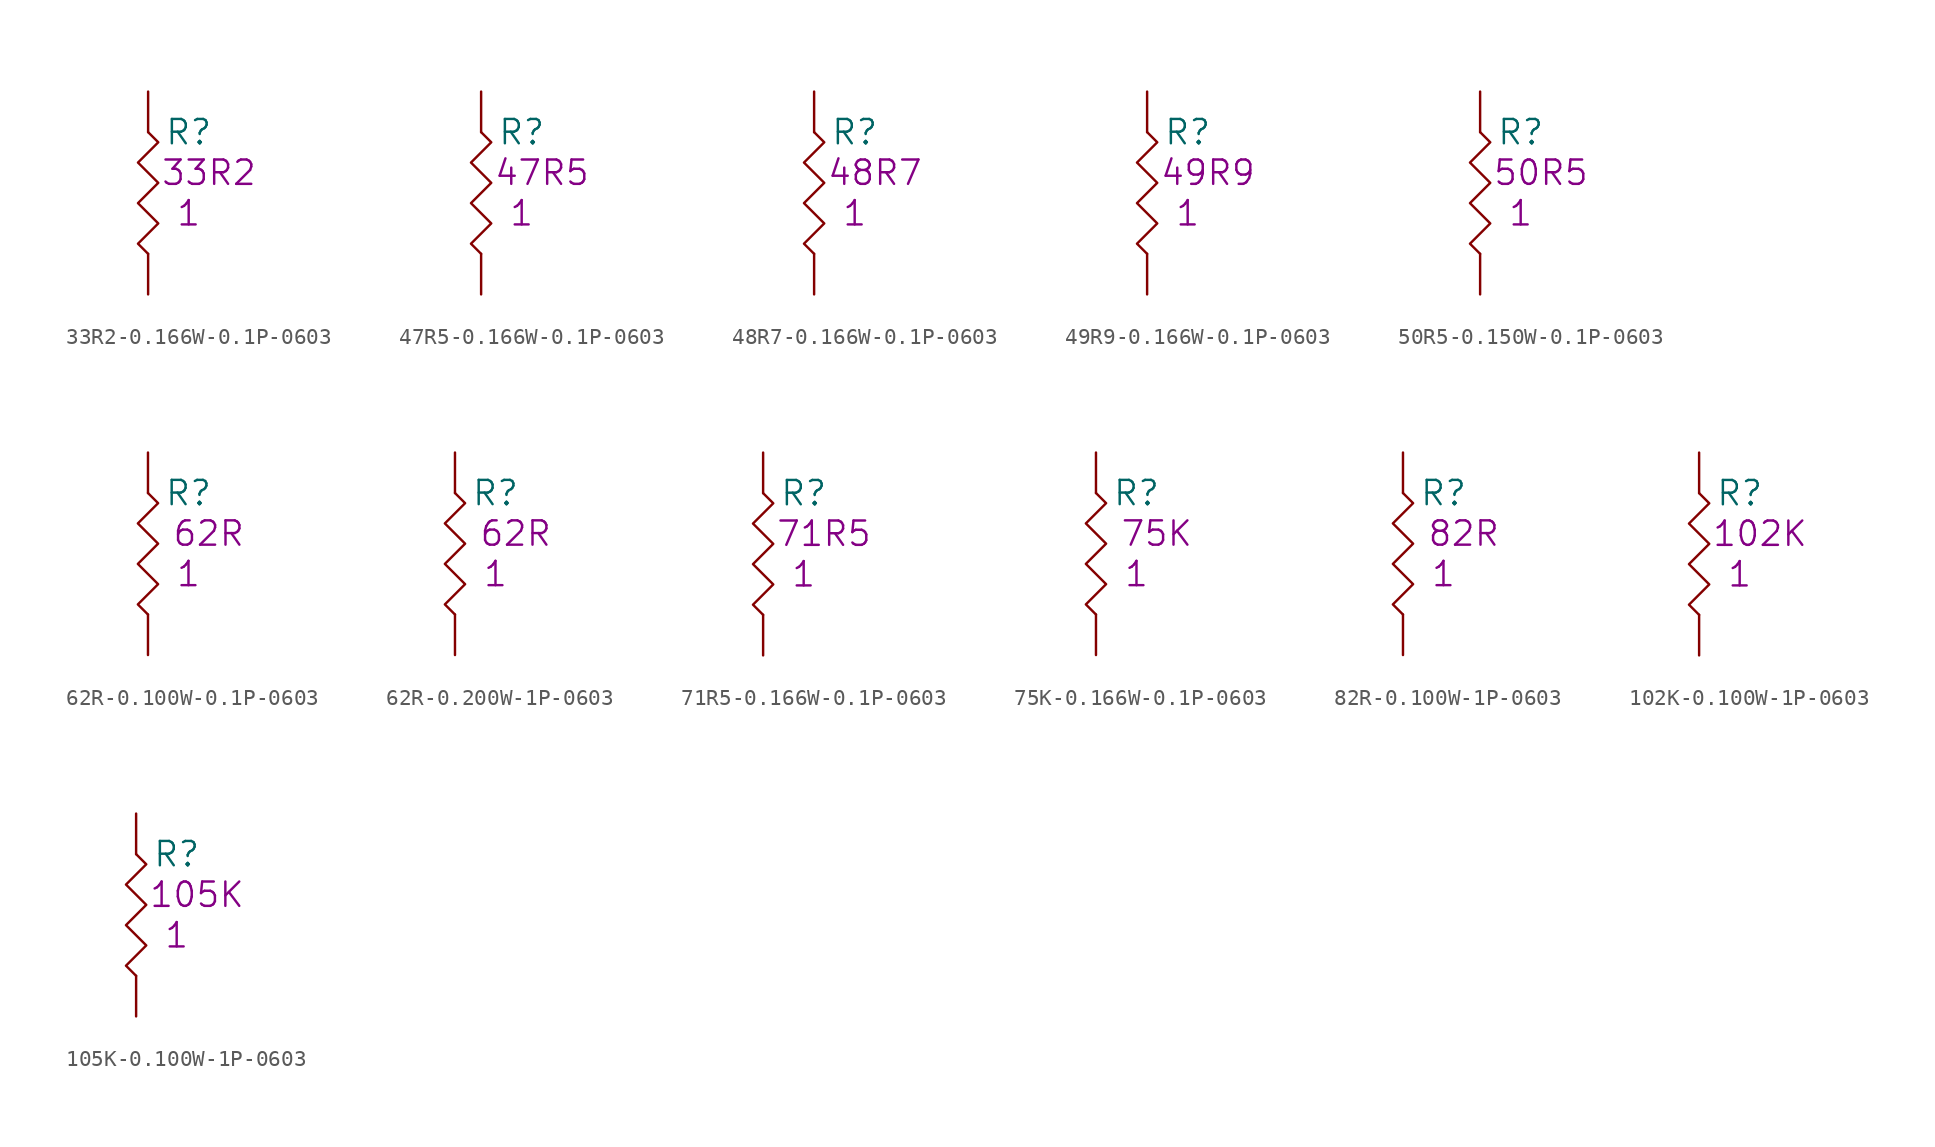
<source format=kicad_sym>
(kicad_symbol_lib
  (version 20201005)
  (generator kicad_symbol_editor)
  (symbol "S_Resistor_0603:33R2-0.166W-0.1P-0603"
    (pin_numbers hide)
    (pin_names
      (offset 1.27) hide)
    (property "Reference" "R"
      (at 2.54 -2.54 0)
      (effects (font (size 1.524 1.524))))
    (property "Datasheet" ""
      (at 0 0 0)
      (effects (font (size 1.524 1.524))))
    (property "Qty" "1"
      (at 2.54 -7.62 0)
      (effects (font (size 1.524 1.524))))
    (property "Desc1" "33R2"
      (at 3.81 -5.08 0)
      (effects (font (size 1.524 1.524))))
    (symbol "33R2-0.166W-0.1P-0603_0_1"
      (polyline (pts (xy 0 -2.54) (xy 0.635 -3.175) (xy -0.635 -4.445) (xy 0.635 -5.715) (xy -0.635 -6.985) (xy 0.635 -8.255) (xy -0.635 -9.525) (xy 0 -10.16)) (stroke (width 0)) (fill (type none))))
    (symbol "33R2-0.166W-0.1P-0603_1_1"
      (pin passive line (at 0 0 270) (length 2.54) (name "1" (effects (font (size 1.27 1.27)))) (number "1" (effects (font (size 1.27 1.27)))))
      (pin passive line (at 0 -12.7 90) (length 2.54) (name "2" (effects (font (size 1.27 1.27)))) (number "2" (effects (font (size 1.27 1.27)))))))
  (symbol "S_Resistor_0603:47R5-0.166W-0.1P-0603"
    (pin_numbers hide)
    (pin_names
      (offset 1.27) hide)
    (property "Reference" "R"
      (at 2.54 -2.54 0)
      (effects (font (size 1.524 1.524))))
    (property "Datasheet" ""
      (at 0 0 0)
      (effects (font (size 1.524 1.524))))
    (property "Qty" "1"
      (at 2.54 -7.62 0)
      (effects (font (size 1.524 1.524))))
    (property "Desc1" "47R5"
      (at 3.81 -5.08 0)
      (effects (font (size 1.524 1.524))))
    (symbol "47R5-0.166W-0.1P-0603_0_1"
      (polyline (pts (xy 0 -2.54) (xy 0.635 -3.175) (xy -0.635 -4.445) (xy 0.635 -5.715) (xy -0.635 -6.985) (xy 0.635 -8.255) (xy -0.635 -9.525) (xy 0 -10.16)) (stroke (width 0)) (fill (type none))))
    (symbol "47R5-0.166W-0.1P-0603_1_1"
      (pin passive line (at 0 0 270) (length 2.54) (name "1" (effects (font (size 1.27 1.27)))) (number "1" (effects (font (size 1.27 1.27)))))
      (pin passive line (at 0 -12.7 90) (length 2.54) (name "2" (effects (font (size 1.27 1.27)))) (number "2" (effects (font (size 1.27 1.27)))))))
  (symbol "S_Resistor_0603:48R7-0.166W-0.1P-0603"
    (pin_numbers hide)
    (pin_names
      (offset 1.27) hide)
    (property "Reference" "R"
      (at 2.54 -2.54 0)
      (effects (font (size 1.524 1.524))))
    (property "Datasheet" ""
      (at 0 0 0)
      (effects (font (size 1.524 1.524))))
    (property "Qty" "1"
      (at 2.54 -7.62 0)
      (effects (font (size 1.524 1.524))))
    (property "Desc1" "48R7"
      (at 3.81 -5.08 0)
      (effects (font (size 1.524 1.524))))
    (symbol "48R7-0.166W-0.1P-0603_0_1"
      (polyline (pts (xy 0 -2.54) (xy 0.635 -3.175) (xy -0.635 -4.445) (xy 0.635 -5.715) (xy -0.635 -6.985) (xy 0.635 -8.255) (xy -0.635 -9.525) (xy 0 -10.16)) (stroke (width 0)) (fill (type none))))
    (symbol "48R7-0.166W-0.1P-0603_1_1"
      (pin passive line (at 0 0 270) (length 2.54) (name "1" (effects (font (size 1.27 1.27)))) (number "1" (effects (font (size 1.27 1.27)))))
      (pin passive line (at 0 -12.7 90) (length 2.54) (name "2" (effects (font (size 1.27 1.27)))) (number "2" (effects (font (size 1.27 1.27)))))))
  (symbol "S_Resistor_0603:49R9-0.166W-0.1P-0603"
    (pin_numbers hide)
    (pin_names
      (offset 1.27) hide)
    (property "Reference" "R"
      (at 2.54 -2.54 0)
      (effects (font (size 1.524 1.524))))
    (property "Datasheet" ""
      (at 0 0 0)
      (effects (font (size 1.524 1.524))))
    (property "Qty" "1"
      (at 2.54 -7.62 0)
      (effects (font (size 1.524 1.524))))
    (property "Desc1" "49R9"
      (at 3.81 -5.08 0)
      (effects (font (size 1.524 1.524))))
    (symbol "49R9-0.166W-0.1P-0603_0_1"
      (polyline (pts (xy 0 -2.54) (xy 0.635 -3.175) (xy -0.635 -4.445) (xy 0.635 -5.715) (xy -0.635 -6.985) (xy 0.635 -8.255) (xy -0.635 -9.525) (xy 0 -10.16)) (stroke (width 0)) (fill (type none))))
    (symbol "49R9-0.166W-0.1P-0603_1_1"
      (pin passive line (at 0 0 270) (length 2.54) (name "1" (effects (font (size 1.27 1.27)))) (number "1" (effects (font (size 1.27 1.27)))))
      (pin passive line (at 0 -12.7 90) (length 2.54) (name "2" (effects (font (size 1.27 1.27)))) (number "2" (effects (font (size 1.27 1.27)))))))
  (symbol "S_Resistor_0603:50R5-0.150W-0.1P-0603"
    (pin_numbers hide)
    (pin_names
      (offset 1.27) hide)
    (property "Reference" "R"
      (at 2.54 -2.54 0)
      (effects (font (size 1.524 1.524))))
    (property "Datasheet" ""
      (at 0 0 0)
      (effects (font (size 1.524 1.524))))
    (property "Qty" "1"
      (at 2.54 -7.62 0)
      (effects (font (size 1.524 1.524))))
    (property "Desc1" "50R5"
      (at 3.81 -5.08 0)
      (effects (font (size 1.524 1.524))))
    (symbol "50R5-0.150W-0.1P-0603_0_1"
      (polyline (pts (xy 0 -2.54) (xy 0.635 -3.175) (xy -0.635 -4.445) (xy 0.635 -5.715) (xy -0.635 -6.985) (xy 0.635 -8.255) (xy -0.635 -9.525) (xy 0 -10.16)) (stroke (width 0)) (fill (type none))))
    (symbol "50R5-0.150W-0.1P-0603_1_1"
      (pin passive line (at 0 0 270) (length 2.54) (name "1" (effects (font (size 1.27 1.27)))) (number "1" (effects (font (size 1.27 1.27)))))
      (pin passive line (at 0 -12.7 90) (length 2.54) (name "2" (effects (font (size 1.27 1.27)))) (number "2" (effects (font (size 1.27 1.27)))))))
  (symbol "S_Resistor_0603:62R-0.100W-0.1P-0603"
    (pin_numbers hide)
    (pin_names
      (offset 1.27) hide)
    (property "Reference" "R"
      (at 2.54 -2.54 0)
      (effects (font (size 1.524 1.524))))
    (property "Datasheet" ""
      (at 0 0 0)
      (effects (font (size 1.524 1.524))))
    (property "Qty" "1"
      (at 2.54 -7.62 0)
      (effects (font (size 1.524 1.524))))
    (property "Desc1" "62R"
      (at 3.81 -5.08 0)
      (effects (font (size 1.524 1.524))))
    (symbol "62R-0.100W-0.1P-0603_0_1"
      (polyline (pts (xy 0 -2.54) (xy 0.635 -3.175) (xy -0.635 -4.445) (xy 0.635 -5.715) (xy -0.635 -6.985) (xy 0.635 -8.255) (xy -0.635 -9.525) (xy 0 -10.16)) (stroke (width 0)) (fill (type none))))
    (symbol "62R-0.100W-0.1P-0603_1_1"
      (pin passive line (at 0 0 270) (length 2.54) (name "1" (effects (font (size 1.27 1.27)))) (number "1" (effects (font (size 1.27 1.27)))))
      (pin passive line (at 0 -12.7 90) (length 2.54) (name "2" (effects (font (size 1.27 1.27)))) (number "2" (effects (font (size 1.27 1.27)))))))
  (symbol "S_Resistor_0603:62R-0.200W-1P-0603"
    (pin_numbers hide)
    (pin_names
      (offset 1.27) hide)
    (property "Reference" "R"
      (at 2.54 -2.54 0)
      (effects (font (size 1.524 1.524))))
    (property "Datasheet" ""
      (at 0 0 0)
      (effects (font (size 1.524 1.524))))
    (property "Qty" "1"
      (at 2.54 -7.62 0)
      (effects (font (size 1.524 1.524))))
    (property "Desc1" "62R"
      (at 3.81 -5.08 0)
      (effects (font (size 1.524 1.524))))
    (symbol "62R-0.200W-1P-0603_0_1"
      (polyline (pts (xy 0 -2.54) (xy 0.635 -3.175) (xy -0.635 -4.445) (xy 0.635 -5.715) (xy -0.635 -6.985) (xy 0.635 -8.255) (xy -0.635 -9.525) (xy 0 -10.16)) (stroke (width 0)) (fill (type none))))
    (symbol "62R-0.200W-1P-0603_1_1"
      (pin passive line (at 0 0 270) (length 2.54) (name "1" (effects (font (size 1.27 1.27)))) (number "1" (effects (font (size 1.27 1.27)))))
      (pin passive line (at 0 -12.7 90) (length 2.54) (name "2" (effects (font (size 1.27 1.27)))) (number "2" (effects (font (size 1.27 1.27)))))))
  (symbol "S_Resistor_0603:71R5-0.166W-0.1P-0603"
    (pin_numbers hide)
    (pin_names
      (offset 1.27) hide)
    (property "Reference" "R"
      (at 2.54 -2.54 0)
      (effects (font (size 1.524 1.524))))
    (property "Datasheet" ""
      (at 0 0 0)
      (effects (font (size 1.524 1.524))))
    (property "Qty" "1"
      (at 2.54 -7.62 0)
      (effects (font (size 1.524 1.524))))
    (property "Desc1" "71R5"
      (at 3.81 -5.08 0)
      (effects (font (size 1.524 1.524))))
    (symbol "71R5-0.166W-0.1P-0603_0_1"
      (polyline (pts (xy 0 -2.54) (xy 0.635 -3.175) (xy -0.635 -4.445) (xy 0.635 -5.715) (xy -0.635 -6.985) (xy 0.635 -8.255) (xy -0.635 -9.525) (xy 0 -10.16)) (stroke (width 0)) (fill (type none))))
    (symbol "71R5-0.166W-0.1P-0603_1_1"
      (pin passive line (at 0 0 270) (length 2.54) (name "1" (effects (font (size 1.27 1.27)))) (number "1" (effects (font (size 1.27 1.27)))))
      (pin passive line (at 0 -12.7 90) (length 2.54) (name "2" (effects (font (size 1.27 1.27)))) (number "2" (effects (font (size 1.27 1.27)))))))
  (symbol "S_Resistor_0603:75K-0.166W-0.1P-0603"
    (pin_numbers hide)
    (pin_names
      (offset 1.27) hide)
    (property "Reference" "R"
      (at 2.54 -2.54 0)
      (effects (font (size 1.524 1.524))))
    (property "Datasheet" ""
      (at 0 0 0)
      (effects (font (size 1.524 1.524))))
    (property "Qty" "1"
      (at 2.54 -7.62 0)
      (effects (font (size 1.524 1.524))))
    (property "Desc1" "75K"
      (at 3.81 -5.08 0)
      (effects (font (size 1.524 1.524))))
    (symbol "75K-0.166W-0.1P-0603_0_1"
      (polyline (pts (xy 0 -2.54) (xy 0.635 -3.175) (xy -0.635 -4.445) (xy 0.635 -5.715) (xy -0.635 -6.985) (xy 0.635 -8.255) (xy -0.635 -9.525) (xy 0 -10.16)) (stroke (width 0)) (fill (type none))))
    (symbol "75K-0.166W-0.1P-0603_1_1"
      (pin passive line (at 0 0 270) (length 2.54) (name "1" (effects (font (size 1.27 1.27)))) (number "1" (effects (font (size 1.27 1.27)))))
      (pin passive line (at 0 -12.7 90) (length 2.54) (name "2" (effects (font (size 1.27 1.27)))) (number "2" (effects (font (size 1.27 1.27)))))))
  (symbol "S_Resistor_0603:82R-0.100W-1P-0603"
    (pin_numbers hide)
    (pin_names
      (offset 1.27) hide)
    (property "Reference" "R"
      (at 2.54 -2.54 0)
      (effects (font (size 1.524 1.524))))
    (property "Datasheet" ""
      (at 0 0 0)
      (effects (font (size 1.524 1.524))))
    (property "Qty" "1"
      (at 2.54 -7.62 0)
      (effects (font (size 1.524 1.524))))
    (property "Desc1" "82R"
      (at 3.81 -5.08 0)
      (effects (font (size 1.524 1.524))))
    (symbol "82R-0.100W-1P-0603_0_1"
      (polyline (pts (xy 0 -2.54) (xy 0.635 -3.175) (xy -0.635 -4.445) (xy 0.635 -5.715) (xy -0.635 -6.985) (xy 0.635 -8.255) (xy -0.635 -9.525) (xy 0 -10.16)) (stroke (width 0)) (fill (type none))))
    (symbol "82R-0.100W-1P-0603_1_1"
      (pin passive line (at 0 0 270) (length 2.54) (name "1" (effects (font (size 1.27 1.27)))) (number "1" (effects (font (size 1.27 1.27)))))
      (pin passive line (at 0 -12.7 90) (length 2.54) (name "2" (effects (font (size 1.27 1.27)))) (number "2" (effects (font (size 1.27 1.27)))))))
  (symbol "S_Resistor_0603:102K-0.100W-1P-0603"
    (pin_numbers hide)
    (pin_names
      (offset 1.27) hide)
    (property "Reference" "R"
      (at 2.54 -2.54 0)
      (effects (font (size 1.524 1.524))))
    (property "Datasheet" ""
      (at 0 0 0)
      (effects (font (size 1.524 1.524))))
    (property "Qty" "1"
      (at 2.54 -7.62 0)
      (effects (font (size 1.524 1.524))))
    (property "Desc1" "102K"
      (at 3.81 -5.08 0)
      (effects (font (size 1.524 1.524))))
    (symbol "102K-0.100W-1P-0603_0_1"
      (polyline (pts (xy 0 -2.54) (xy 0.635 -3.175) (xy -0.635 -4.445) (xy 0.635 -5.715) (xy -0.635 -6.985) (xy 0.635 -8.255) (xy -0.635 -9.525) (xy 0 -10.16)) (stroke (width 0)) (fill (type none))))
    (symbol "102K-0.100W-1P-0603_1_1"
      (pin passive line (at 0 0 270) (length 2.54) (name "1" (effects (font (size 1.27 1.27)))) (number "1" (effects (font (size 1.27 1.27)))))
      (pin passive line (at 0 -12.7 90) (length 2.54) (name "2" (effects (font (size 1.27 1.27)))) (number "2" (effects (font (size 1.27 1.27)))))))
  (symbol "S_Resistor_0603:105K-0.100W-1P-0603"
    (pin_numbers hide)
    (pin_names
      (offset 1.27) hide)
    (property "Reference" "R"
      (at 2.54 -2.54 0)
      (effects (font (size 1.524 1.524))))
    (property "Datasheet" ""
      (at 0 0 0)
      (effects (font (size 1.524 1.524))))
    (property "Qty" "1"
      (at 2.54 -7.62 0)
      (effects (font (size 1.524 1.524))))
    (property "Desc1" "105K"
      (at 3.81 -5.08 0)
      (effects (font (size 1.524 1.524))))
    (symbol "105K-0.100W-1P-0603_0_1"
      (polyline (pts (xy 0 -2.54) (xy 0.635 -3.175) (xy -0.635 -4.445) (xy 0.635 -5.715) (xy -0.635 -6.985) (xy 0.635 -8.255) (xy -0.635 -9.525) (xy 0 -10.16)) (stroke (width 0)) (fill (type none))))
    (symbol "105K-0.100W-1P-0603_1_1"
      (pin passive line (at 0 0 270) (length 2.54) (name "1" (effects (font (size 1.27 1.27)))) (number "1" (effects (font (size 1.27 1.27)))))
      (pin passive line (at 0 -12.7 90) (length 2.54) (name "2" (effects (font (size 1.27 1.27)))) (number "2" (effects (font (size 1.27 1.27))))))))
</source>
